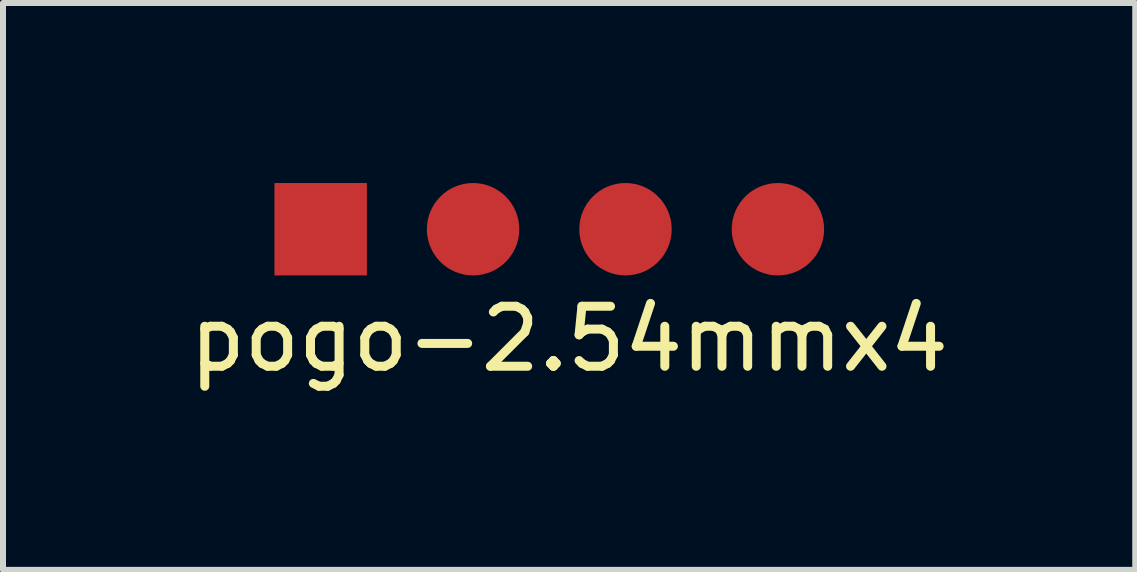
<source format=kicad_pcb>
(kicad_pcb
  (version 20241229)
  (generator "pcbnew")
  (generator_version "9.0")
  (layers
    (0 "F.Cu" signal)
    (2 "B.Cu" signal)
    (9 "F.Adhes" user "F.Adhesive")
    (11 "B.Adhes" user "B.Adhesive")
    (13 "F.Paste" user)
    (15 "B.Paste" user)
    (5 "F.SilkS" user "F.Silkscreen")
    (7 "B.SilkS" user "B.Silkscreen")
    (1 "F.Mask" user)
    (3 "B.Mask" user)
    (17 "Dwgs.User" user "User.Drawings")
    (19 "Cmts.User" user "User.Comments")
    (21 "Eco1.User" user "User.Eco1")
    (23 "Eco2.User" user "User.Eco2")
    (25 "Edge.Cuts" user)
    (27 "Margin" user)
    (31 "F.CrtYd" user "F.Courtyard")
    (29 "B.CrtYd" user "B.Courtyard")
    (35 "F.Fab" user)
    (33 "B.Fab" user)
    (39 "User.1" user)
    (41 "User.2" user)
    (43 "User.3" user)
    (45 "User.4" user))
  (footprint "pogo-2.54mmx4"
    (layer "F.Cu")
    (at 2.294 0.77)
    (property "Reference" "pogo-2.54mmx4" (at 4.14 1.829 0) (layer "F.SilkS") (effects (font (size 1 1) (thickness 0.15))))
    (attr through_hole)
    (pad "1" smd rect (at 0 0) (size 1.54 1.54) (layers "F.Cu" "F.Mask" "F.Paste"))
    (pad "2" smd circle (at 2.54 0) (size 1.54 1.54) (layers "F.Cu" "F.Mask" "F.Paste"))
    (pad "3" smd circle (at 5.08 0) (size 1.54 1.54) (layers "F.Cu" "F.Mask" "F.Paste"))
    (pad "4" smd circle (at 7.62 0) (size 1.54 1.54) (layers "F.Cu" "F.Mask" "F.Paste")))
  (gr_rect
    (start -3 -3)
    (end 15.869 6.447)
    (stroke (width 0.1) (type default))
    (fill no)
    (layer "Edge.Cuts")))
</source>
